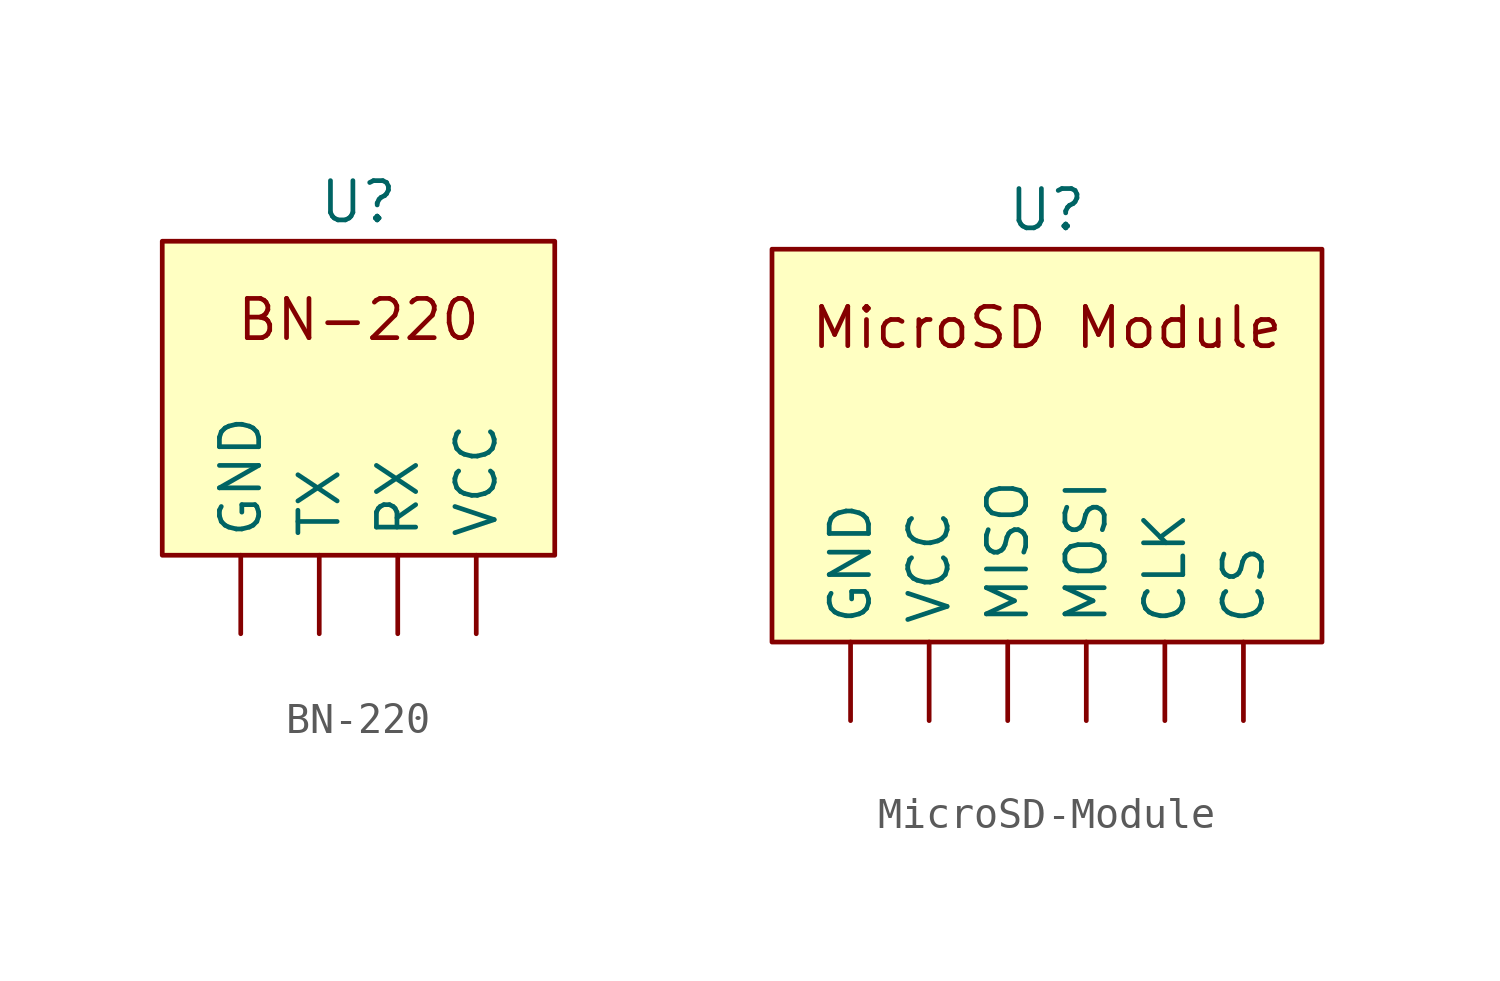
<source format=kicad_sym>
(kicad_symbol_lib
  (version 20220914)
  (generator kicad_symbol_editor)
  (symbol "BN-220"
    (property "Reference" "U"
      (at 0 1.27 0)
      (effects (font (size 1.27 1.27))))
    (property "Value" ""
      (at 0 0 0)
      (effects (font (size 1.27 1.27))))
    (symbol "BN-220_1_1"
      (rectangle (start -6.35 0) (end 6.35 -10.16) (stroke (width 0) (type default)) (fill (type background)))
      (text "BN-220" (at 0 -2.54 0) (effects (font (size 1.27 1.27))))
      (pin bidirectional line (at -3.81 -12.7 90) (length 2.54) (name "GND" (effects (font (size 1.27 1.27)))) (number "" (effects (font (size 1.27 1.27)))))
      (pin bidirectional line (at 1.27 -12.7 90) (length 2.54) (name "RX" (effects (font (size 1.27 1.27)))) (number "" (effects (font (size 1.27 1.27)))))
      (pin bidirectional line (at -1.27 -12.7 90) (length 2.54) (name "TX" (effects (font (size 1.27 1.27)))) (number "" (effects (font (size 1.27 1.27)))))
      (pin bidirectional line (at 3.81 -12.7 90) (length 2.54) (name "VCC" (effects (font (size 1.27 1.27)))) (number "" (effects (font (size 1.27 1.27)))))))
  (symbol "MicroSD-Module"
    (property "Reference" "U"
      (at 0 1.27 0)
      (effects (font (size 1.27 1.27))))
    (property "Value" ""
      (at 0 0 0)
      (effects (font (size 1.27 1.27))))
    (symbol "MicroSD-Module_1_1"
      (rectangle (start -8.89 0) (end 8.89 -12.7) (stroke (width 0) (type default)) (fill (type background)))
      (text "MicroSD Module" (at 0 -2.54 0) (effects (font (size 1.27 1.27))))
      (pin bidirectional line (at 3.81 -15.24 90) (length 2.54) (name "CLK" (effects (font (size 1.27 1.27)))) (number "" (effects (font (size 1.27 1.27)))))
      (pin bidirectional line (at 6.35 -15.24 90) (length 2.54) (name "CS" (effects (font (size 1.27 1.27)))) (number "" (effects (font (size 1.27 1.27)))))
      (pin bidirectional line (at -6.35 -15.24 90) (length 2.54) (name "GND" (effects (font (size 1.27 1.27)))) (number "" (effects (font (size 1.27 1.27)))))
      (pin bidirectional line (at -1.27 -15.24 90) (length 2.54) (name "MISO" (effects (font (size 1.27 1.27)))) (number "" (effects (font (size 1.27 1.27)))))
      (pin bidirectional line (at 1.27 -15.24 90) (length 2.54) (name "MOSI" (effects (font (size 1.27 1.27)))) (number "" (effects (font (size 1.27 1.27)))))
      (pin bidirectional line (at -3.81 -15.24 90) (length 2.54) (name "VCC" (effects (font (size 1.27 1.27)))) (number "" (effects (font (size 1.27 1.27))))))))
</source>
